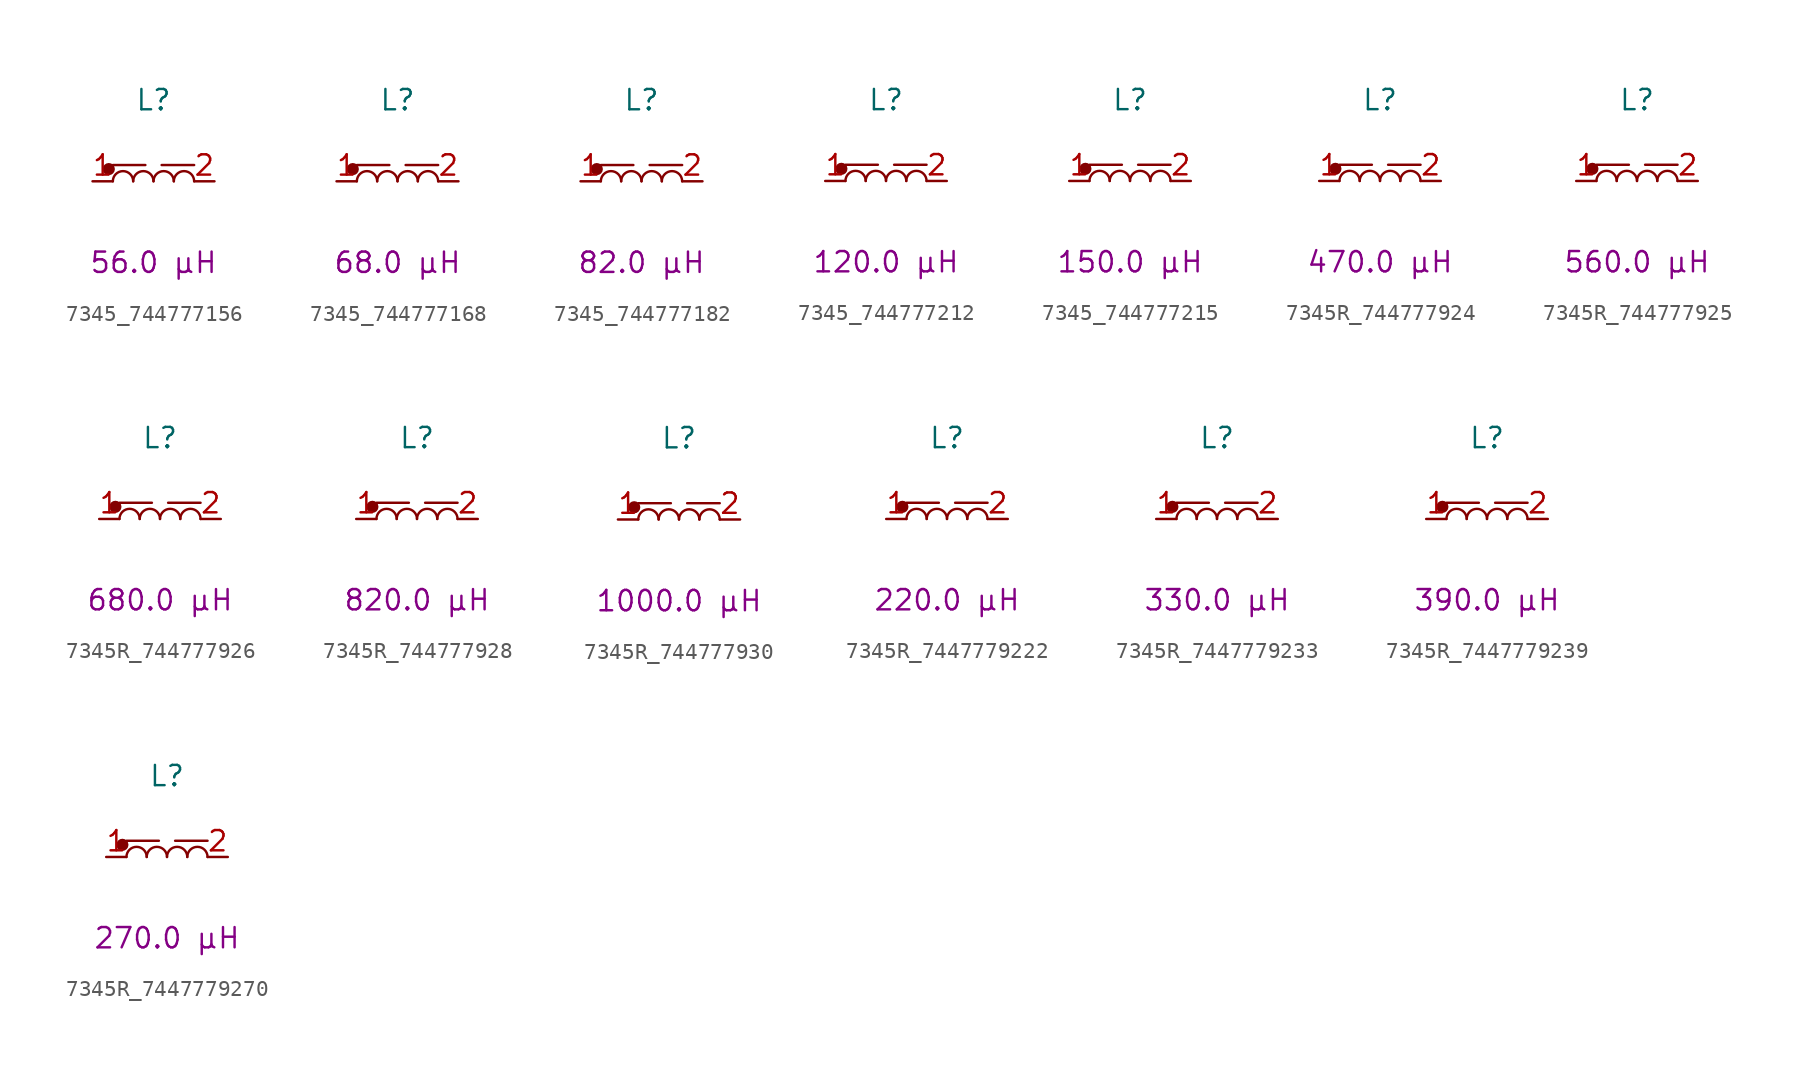
<source format=kicad_sym>
(kicad_symbol_lib
  (version 20220914)
  (generator kicad_symbol_editor)
  (symbol "7345_744777156"
    (pin_names hide)
    (property "Reference" "L"
      (at 0 5.08 0)
      (effects (font (size 1.27 1.27))))
    (property "Critical Parameter" "56.0 µH"
      (at 0 -5.08 0)
      (effects (font (size 1.27 1.27))))
    (symbol "7345_744777156_0_1"
      (arc (start -1.27 0) (mid -1.905 0.6323) (end -2.54 0) (stroke (width 0) (type default)) (fill (type none)))
      (arc (start 0 0) (mid -0.635 0.6323) (end -1.27 0) (stroke (width 0) (type default)) (fill (type none)))
      (polyline (pts (xy -2.54 1.016) (xy -0.508 1.016)) (stroke (width 0) (type default)) (fill (type none)))
      (arc (start 1.27 0) (mid 0.635 0.6323) (end 0 0) (stroke (width 0) (type default)) (fill (type none)))
      (arc (start 2.54 0) (mid 1.905 0.6323) (end 1.27 0) (stroke (width 0) (type default)) (fill (type none))))
    (symbol "7345_744777156_1_1"
      (circle (center -2.794 0.762) (radius 0.0001) (stroke (width 0.381) (type default)) (fill (type none)))
      (polyline (pts (xy 2.54 1.016) (xy 0.508 1.016)) (stroke (width 0) (type default)) (fill (type none)))
      (pin passive line (at -3.81 0 0) (length 1.27) (name "1" (effects (font (size 1.27 1.27)))) (number "1" (effects (font (size 1.27 1.27)))))
      (pin passive line (at 3.81 0 180) (length 1.27) (name "2" (effects (font (size 1.27 1.27)))) (number "2" (effects (font (size 1.27 1.27)))))))
  (symbol "7345_744777168"
    (pin_names hide)
    (property "Reference" "L"
      (at 0 5.08 0)
      (effects (font (size 1.27 1.27))))
    (property "Critical Parameter" "68.0 µH"
      (at 0 -5.08 0)
      (effects (font (size 1.27 1.27))))
    (symbol "7345_744777168_0_1"
      (arc (start -1.27 0) (mid -1.905 0.6323) (end -2.54 0) (stroke (width 0) (type default)) (fill (type none)))
      (arc (start 0 0) (mid -0.635 0.6323) (end -1.27 0) (stroke (width 0) (type default)) (fill (type none)))
      (polyline (pts (xy -2.54 1.016) (xy -0.508 1.016)) (stroke (width 0) (type default)) (fill (type none)))
      (arc (start 1.27 0) (mid 0.635 0.6323) (end 0 0) (stroke (width 0) (type default)) (fill (type none)))
      (arc (start 2.54 0) (mid 1.905 0.6323) (end 1.27 0) (stroke (width 0) (type default)) (fill (type none))))
    (symbol "7345_744777168_1_1"
      (circle (center -2.794 0.762) (radius 0.0001) (stroke (width 0.381) (type default)) (fill (type none)))
      (polyline (pts (xy 2.54 1.016) (xy 0.508 1.016)) (stroke (width 0) (type default)) (fill (type none)))
      (pin passive line (at -3.81 0 0) (length 1.27) (name "1" (effects (font (size 1.27 1.27)))) (number "1" (effects (font (size 1.27 1.27)))))
      (pin passive line (at 3.81 0 180) (length 1.27) (name "2" (effects (font (size 1.27 1.27)))) (number "2" (effects (font (size 1.27 1.27)))))))
  (symbol "7345_744777182"
    (pin_names hide)
    (property "Reference" "L"
      (at 0 5.08 0)
      (effects (font (size 1.27 1.27))))
    (property "Critical Parameter" "82.0 µH"
      (at 0 -5.08 0)
      (effects (font (size 1.27 1.27))))
    (symbol "7345_744777182_0_1"
      (arc (start -1.27 0) (mid -1.905 0.6323) (end -2.54 0) (stroke (width 0) (type default)) (fill (type none)))
      (arc (start 0 0) (mid -0.635 0.6323) (end -1.27 0) (stroke (width 0) (type default)) (fill (type none)))
      (polyline (pts (xy -2.54 1.016) (xy -0.508 1.016)) (stroke (width 0) (type default)) (fill (type none)))
      (arc (start 1.27 0) (mid 0.635 0.6323) (end 0 0) (stroke (width 0) (type default)) (fill (type none)))
      (arc (start 2.54 0) (mid 1.905 0.6323) (end 1.27 0) (stroke (width 0) (type default)) (fill (type none))))
    (symbol "7345_744777182_1_1"
      (circle (center -2.794 0.762) (radius 0.0001) (stroke (width 0.381) (type default)) (fill (type none)))
      (polyline (pts (xy 2.54 1.016) (xy 0.508 1.016)) (stroke (width 0) (type default)) (fill (type none)))
      (pin passive line (at -3.81 0 0) (length 1.27) (name "1" (effects (font (size 1.27 1.27)))) (number "1" (effects (font (size 1.27 1.27)))))
      (pin passive line (at 3.81 0 180) (length 1.27) (name "2" (effects (font (size 1.27 1.27)))) (number "2" (effects (font (size 1.27 1.27)))))))
  (symbol "7345_744777212"
    (pin_names hide)
    (property "Reference" "L"
      (at 0 5.08 0)
      (effects (font (size 1.27 1.27))))
    (property "Critical Parameter" "120.0 µH"
      (at 0 -5.08 0)
      (effects (font (size 1.27 1.27))))
    (symbol "7345_744777212_0_1"
      (arc (start -1.27 0) (mid -1.905 0.6323) (end -2.54 0) (stroke (width 0) (type default)) (fill (type none)))
      (arc (start 0 0) (mid -0.635 0.6323) (end -1.27 0) (stroke (width 0) (type default)) (fill (type none)))
      (polyline (pts (xy -2.54 1.016) (xy -0.508 1.016)) (stroke (width 0) (type default)) (fill (type none)))
      (arc (start 1.27 0) (mid 0.635 0.6323) (end 0 0) (stroke (width 0) (type default)) (fill (type none)))
      (arc (start 2.54 0) (mid 1.905 0.6323) (end 1.27 0) (stroke (width 0) (type default)) (fill (type none))))
    (symbol "7345_744777212_1_1"
      (circle (center -2.794 0.762) (radius 0.0001) (stroke (width 0.381) (type default)) (fill (type none)))
      (polyline (pts (xy 2.54 1.016) (xy 0.508 1.016)) (stroke (width 0) (type default)) (fill (type none)))
      (pin passive line (at -3.81 0 0) (length 1.27) (name "1" (effects (font (size 1.27 1.27)))) (number "1" (effects (font (size 1.27 1.27)))))
      (pin passive line (at 3.81 0 180) (length 1.27) (name "2" (effects (font (size 1.27 1.27)))) (number "2" (effects (font (size 1.27 1.27)))))))
  (symbol "7345_744777215"
    (pin_names hide)
    (property "Reference" "L"
      (at 0 5.08 0)
      (effects (font (size 1.27 1.27))))
    (property "Critical Parameter" "150.0 µH"
      (at 0 -5.08 0)
      (effects (font (size 1.27 1.27))))
    (symbol "7345_744777215_0_1"
      (arc (start -1.27 0) (mid -1.905 0.6323) (end -2.54 0) (stroke (width 0) (type default)) (fill (type none)))
      (arc (start 0 0) (mid -0.635 0.6323) (end -1.27 0) (stroke (width 0) (type default)) (fill (type none)))
      (polyline (pts (xy -2.54 1.016) (xy -0.508 1.016)) (stroke (width 0) (type default)) (fill (type none)))
      (arc (start 1.27 0) (mid 0.635 0.6323) (end 0 0) (stroke (width 0) (type default)) (fill (type none)))
      (arc (start 2.54 0) (mid 1.905 0.6323) (end 1.27 0) (stroke (width 0) (type default)) (fill (type none))))
    (symbol "7345_744777215_1_1"
      (circle (center -2.794 0.762) (radius 0.0001) (stroke (width 0.381) (type default)) (fill (type none)))
      (polyline (pts (xy 2.54 1.016) (xy 0.508 1.016)) (stroke (width 0) (type default)) (fill (type none)))
      (pin passive line (at -3.81 0 0) (length 1.27) (name "1" (effects (font (size 1.27 1.27)))) (number "1" (effects (font (size 1.27 1.27)))))
      (pin passive line (at 3.81 0 180) (length 1.27) (name "2" (effects (font (size 1.27 1.27)))) (number "2" (effects (font (size 1.27 1.27)))))))
  (symbol "7345R_744777924"
    (pin_names hide)
    (property "Reference" "L"
      (at 0 5.08 0)
      (effects (font (size 1.27 1.27))))
    (property "Critical Parameter" "470.0 µH"
      (at 0 -5.08 0)
      (effects (font (size 1.27 1.27))))
    (symbol "7345R_744777924_0_1"
      (arc (start -1.27 0) (mid -1.905 0.6323) (end -2.54 0) (stroke (width 0) (type default)) (fill (type none)))
      (arc (start 0 0) (mid -0.635 0.6323) (end -1.27 0) (stroke (width 0) (type default)) (fill (type none)))
      (polyline (pts (xy -2.54 1.016) (xy -0.508 1.016)) (stroke (width 0) (type default)) (fill (type none)))
      (arc (start 1.27 0) (mid 0.635 0.6323) (end 0 0) (stroke (width 0) (type default)) (fill (type none)))
      (arc (start 2.54 0) (mid 1.905 0.6323) (end 1.27 0) (stroke (width 0) (type default)) (fill (type none))))
    (symbol "7345R_744777924_1_1"
      (circle (center -2.794 0.762) (radius 0.0001) (stroke (width 0.381) (type default)) (fill (type none)))
      (polyline (pts (xy 2.54 1.016) (xy 0.508 1.016)) (stroke (width 0) (type default)) (fill (type none)))
      (pin passive line (at -3.81 0 0) (length 1.27) (name "1" (effects (font (size 1.27 1.27)))) (number "1" (effects (font (size 1.27 1.27)))))
      (pin passive line (at 3.81 0 180) (length 1.27) (name "2" (effects (font (size 1.27 1.27)))) (number "2" (effects (font (size 1.27 1.27)))))))
  (symbol "7345R_744777925"
    (pin_names hide)
    (property "Reference" "L"
      (at 0 5.08 0)
      (effects (font (size 1.27 1.27))))
    (property "Critical Parameter" "560.0 µH"
      (at 0 -5.08 0)
      (effects (font (size 1.27 1.27))))
    (symbol "7345R_744777925_0_1"
      (arc (start -1.27 0) (mid -1.905 0.6323) (end -2.54 0) (stroke (width 0) (type default)) (fill (type none)))
      (arc (start 0 0) (mid -0.635 0.6323) (end -1.27 0) (stroke (width 0) (type default)) (fill (type none)))
      (polyline (pts (xy -2.54 1.016) (xy -0.508 1.016)) (stroke (width 0) (type default)) (fill (type none)))
      (arc (start 1.27 0) (mid 0.635 0.6323) (end 0 0) (stroke (width 0) (type default)) (fill (type none)))
      (arc (start 2.54 0) (mid 1.905 0.6323) (end 1.27 0) (stroke (width 0) (type default)) (fill (type none))))
    (symbol "7345R_744777925_1_1"
      (circle (center -2.794 0.762) (radius 0.0001) (stroke (width 0.381) (type default)) (fill (type none)))
      (polyline (pts (xy 2.54 1.016) (xy 0.508 1.016)) (stroke (width 0) (type default)) (fill (type none)))
      (pin passive line (at -3.81 0 0) (length 1.27) (name "1" (effects (font (size 1.27 1.27)))) (number "1" (effects (font (size 1.27 1.27)))))
      (pin passive line (at 3.81 0 180) (length 1.27) (name "2" (effects (font (size 1.27 1.27)))) (number "2" (effects (font (size 1.27 1.27)))))))
  (symbol "7345R_744777926"
    (pin_names hide)
    (property "Reference" "L"
      (at 0 5.08 0)
      (effects (font (size 1.27 1.27))))
    (property "Critical Parameter" "680.0 µH"
      (at 0 -5.08 0)
      (effects (font (size 1.27 1.27))))
    (symbol "7345R_744777926_0_1"
      (arc (start -1.27 0) (mid -1.905 0.6323) (end -2.54 0) (stroke (width 0) (type default)) (fill (type none)))
      (arc (start 0 0) (mid -0.635 0.6323) (end -1.27 0) (stroke (width 0) (type default)) (fill (type none)))
      (polyline (pts (xy -2.54 1.016) (xy -0.508 1.016)) (stroke (width 0) (type default)) (fill (type none)))
      (arc (start 1.27 0) (mid 0.635 0.6323) (end 0 0) (stroke (width 0) (type default)) (fill (type none)))
      (arc (start 2.54 0) (mid 1.905 0.6323) (end 1.27 0) (stroke (width 0) (type default)) (fill (type none))))
    (symbol "7345R_744777926_1_1"
      (circle (center -2.794 0.762) (radius 0.0001) (stroke (width 0.381) (type default)) (fill (type none)))
      (polyline (pts (xy 2.54 1.016) (xy 0.508 1.016)) (stroke (width 0) (type default)) (fill (type none)))
      (pin passive line (at -3.81 0 0) (length 1.27) (name "1" (effects (font (size 1.27 1.27)))) (number "1" (effects (font (size 1.27 1.27)))))
      (pin passive line (at 3.81 0 180) (length 1.27) (name "2" (effects (font (size 1.27 1.27)))) (number "2" (effects (font (size 1.27 1.27)))))))
  (symbol "7345R_744777928"
    (pin_names hide)
    (property "Reference" "L"
      (at 0 5.08 0)
      (effects (font (size 1.27 1.27))))
    (property "Critical Parameter" "820.0 µH"
      (at 0 -5.08 0)
      (effects (font (size 1.27 1.27))))
    (symbol "7345R_744777928_0_1"
      (arc (start -1.27 0) (mid -1.905 0.6323) (end -2.54 0) (stroke (width 0) (type default)) (fill (type none)))
      (arc (start 0 0) (mid -0.635 0.6323) (end -1.27 0) (stroke (width 0) (type default)) (fill (type none)))
      (polyline (pts (xy -2.54 1.016) (xy -0.508 1.016)) (stroke (width 0) (type default)) (fill (type none)))
      (arc (start 1.27 0) (mid 0.635 0.6323) (end 0 0) (stroke (width 0) (type default)) (fill (type none)))
      (arc (start 2.54 0) (mid 1.905 0.6323) (end 1.27 0) (stroke (width 0) (type default)) (fill (type none))))
    (symbol "7345R_744777928_1_1"
      (circle (center -2.794 0.762) (radius 0.0001) (stroke (width 0.381) (type default)) (fill (type none)))
      (polyline (pts (xy 2.54 1.016) (xy 0.508 1.016)) (stroke (width 0) (type default)) (fill (type none)))
      (pin passive line (at -3.81 0 0) (length 1.27) (name "1" (effects (font (size 1.27 1.27)))) (number "1" (effects (font (size 1.27 1.27)))))
      (pin passive line (at 3.81 0 180) (length 1.27) (name "2" (effects (font (size 1.27 1.27)))) (number "2" (effects (font (size 1.27 1.27)))))))
  (symbol "7345R_744777930"
    (pin_names hide)
    (property "Reference" "L"
      (at 0 5.08 0)
      (effects (font (size 1.27 1.27))))
    (property "Critical Parameter" "1000.0 µH"
      (at 0 -5.08 0)
      (effects (font (size 1.27 1.27))))
    (symbol "7345R_744777930_0_1"
      (arc (start -1.27 0) (mid -1.905 0.6323) (end -2.54 0) (stroke (width 0) (type default)) (fill (type none)))
      (arc (start 0 0) (mid -0.635 0.6323) (end -1.27 0) (stroke (width 0) (type default)) (fill (type none)))
      (polyline (pts (xy -2.54 1.016) (xy -0.508 1.016)) (stroke (width 0) (type default)) (fill (type none)))
      (arc (start 1.27 0) (mid 0.635 0.6323) (end 0 0) (stroke (width 0) (type default)) (fill (type none)))
      (arc (start 2.54 0) (mid 1.905 0.6323) (end 1.27 0) (stroke (width 0) (type default)) (fill (type none))))
    (symbol "7345R_744777930_1_1"
      (circle (center -2.794 0.762) (radius 0.0001) (stroke (width 0.381) (type default)) (fill (type none)))
      (polyline (pts (xy 2.54 1.016) (xy 0.508 1.016)) (stroke (width 0) (type default)) (fill (type none)))
      (pin passive line (at -3.81 0 0) (length 1.27) (name "1" (effects (font (size 1.27 1.27)))) (number "1" (effects (font (size 1.27 1.27)))))
      (pin passive line (at 3.81 0 180) (length 1.27) (name "2" (effects (font (size 1.27 1.27)))) (number "2" (effects (font (size 1.27 1.27)))))))
  (symbol "7345R_7447779222"
    (pin_names hide)
    (property "Reference" "L"
      (at 0 5.08 0)
      (effects (font (size 1.27 1.27))))
    (property "Critical Parameter" "220.0 µH"
      (at 0 -5.08 0)
      (effects (font (size 1.27 1.27))))
    (symbol "7345R_7447779222_0_1"
      (arc (start -1.27 0) (mid -1.905 0.6323) (end -2.54 0) (stroke (width 0) (type default)) (fill (type none)))
      (arc (start 0 0) (mid -0.635 0.6323) (end -1.27 0) (stroke (width 0) (type default)) (fill (type none)))
      (polyline (pts (xy -2.54 1.016) (xy -0.508 1.016)) (stroke (width 0) (type default)) (fill (type none)))
      (arc (start 1.27 0) (mid 0.635 0.6323) (end 0 0) (stroke (width 0) (type default)) (fill (type none)))
      (arc (start 2.54 0) (mid 1.905 0.6323) (end 1.27 0) (stroke (width 0) (type default)) (fill (type none))))
    (symbol "7345R_7447779222_1_1"
      (circle (center -2.794 0.762) (radius 0.0001) (stroke (width 0.381) (type default)) (fill (type none)))
      (polyline (pts (xy 2.54 1.016) (xy 0.508 1.016)) (stroke (width 0) (type default)) (fill (type none)))
      (pin passive line (at -3.81 0 0) (length 1.27) (name "1" (effects (font (size 1.27 1.27)))) (number "1" (effects (font (size 1.27 1.27)))))
      (pin passive line (at 3.81 0 180) (length 1.27) (name "2" (effects (font (size 1.27 1.27)))) (number "2" (effects (font (size 1.27 1.27)))))))
  (symbol "7345R_7447779233"
    (pin_names hide)
    (property "Reference" "L"
      (at 0 5.08 0)
      (effects (font (size 1.27 1.27))))
    (property "Critical Parameter" "330.0 µH"
      (at 0 -5.08 0)
      (effects (font (size 1.27 1.27))))
    (symbol "7345R_7447779233_0_1"
      (arc (start -1.27 0) (mid -1.905 0.6323) (end -2.54 0) (stroke (width 0) (type default)) (fill (type none)))
      (arc (start 0 0) (mid -0.635 0.6323) (end -1.27 0) (stroke (width 0) (type default)) (fill (type none)))
      (polyline (pts (xy -2.54 1.016) (xy -0.508 1.016)) (stroke (width 0) (type default)) (fill (type none)))
      (arc (start 1.27 0) (mid 0.635 0.6323) (end 0 0) (stroke (width 0) (type default)) (fill (type none)))
      (arc (start 2.54 0) (mid 1.905 0.6323) (end 1.27 0) (stroke (width 0) (type default)) (fill (type none))))
    (symbol "7345R_7447779233_1_1"
      (circle (center -2.794 0.762) (radius 0.0001) (stroke (width 0.381) (type default)) (fill (type none)))
      (polyline (pts (xy 2.54 1.016) (xy 0.508 1.016)) (stroke (width 0) (type default)) (fill (type none)))
      (pin passive line (at -3.81 0 0) (length 1.27) (name "1" (effects (font (size 1.27 1.27)))) (number "1" (effects (font (size 1.27 1.27)))))
      (pin passive line (at 3.81 0 180) (length 1.27) (name "2" (effects (font (size 1.27 1.27)))) (number "2" (effects (font (size 1.27 1.27)))))))
  (symbol "7345R_7447779239"
    (pin_names hide)
    (property "Reference" "L"
      (at 0 5.08 0)
      (effects (font (size 1.27 1.27))))
    (property "Critical Parameter" "390.0 µH"
      (at 0 -5.08 0)
      (effects (font (size 1.27 1.27))))
    (symbol "7345R_7447779239_0_1"
      (arc (start -1.27 0) (mid -1.905 0.6323) (end -2.54 0) (stroke (width 0) (type default)) (fill (type none)))
      (arc (start 0 0) (mid -0.635 0.6323) (end -1.27 0) (stroke (width 0) (type default)) (fill (type none)))
      (polyline (pts (xy -2.54 1.016) (xy -0.508 1.016)) (stroke (width 0) (type default)) (fill (type none)))
      (arc (start 1.27 0) (mid 0.635 0.6323) (end 0 0) (stroke (width 0) (type default)) (fill (type none)))
      (arc (start 2.54 0) (mid 1.905 0.6323) (end 1.27 0) (stroke (width 0) (type default)) (fill (type none))))
    (symbol "7345R_7447779239_1_1"
      (circle (center -2.794 0.762) (radius 0.0001) (stroke (width 0.381) (type default)) (fill (type none)))
      (polyline (pts (xy 2.54 1.016) (xy 0.508 1.016)) (stroke (width 0) (type default)) (fill (type none)))
      (pin passive line (at -3.81 0 0) (length 1.27) (name "1" (effects (font (size 1.27 1.27)))) (number "1" (effects (font (size 1.27 1.27)))))
      (pin passive line (at 3.81 0 180) (length 1.27) (name "2" (effects (font (size 1.27 1.27)))) (number "2" (effects (font (size 1.27 1.27)))))))
  (symbol "7345R_7447779270"
    (pin_names hide)
    (property "Reference" "L"
      (at 0 5.08 0)
      (effects (font (size 1.27 1.27))))
    (property "Critical Parameter" "270.0 µH"
      (at 0 -5.08 0)
      (effects (font (size 1.27 1.27))))
    (symbol "7345R_7447779270_0_1"
      (arc (start -1.27 0) (mid -1.905 0.6323) (end -2.54 0) (stroke (width 0) (type default)) (fill (type none)))
      (arc (start 0 0) (mid -0.635 0.6323) (end -1.27 0) (stroke (width 0) (type default)) (fill (type none)))
      (polyline (pts (xy -2.54 1.016) (xy -0.508 1.016)) (stroke (width 0) (type default)) (fill (type none)))
      (arc (start 1.27 0) (mid 0.635 0.6323) (end 0 0) (stroke (width 0) (type default)) (fill (type none)))
      (arc (start 2.54 0) (mid 1.905 0.6323) (end 1.27 0) (stroke (width 0) (type default)) (fill (type none))))
    (symbol "7345R_7447779270_1_1"
      (circle (center -2.794 0.762) (radius 0.0001) (stroke (width 0.381) (type default)) (fill (type none)))
      (polyline (pts (xy 2.54 1.016) (xy 0.508 1.016)) (stroke (width 0) (type default)) (fill (type none)))
      (pin passive line (at -3.81 0 0) (length 1.27) (name "1" (effects (font (size 1.27 1.27)))) (number "1" (effects (font (size 1.27 1.27)))))
      (pin passive line (at 3.81 0 180) (length 1.27) (name "2" (effects (font (size 1.27 1.27)))) (number "2" (effects (font (size 1.27 1.27))))))))
</source>
